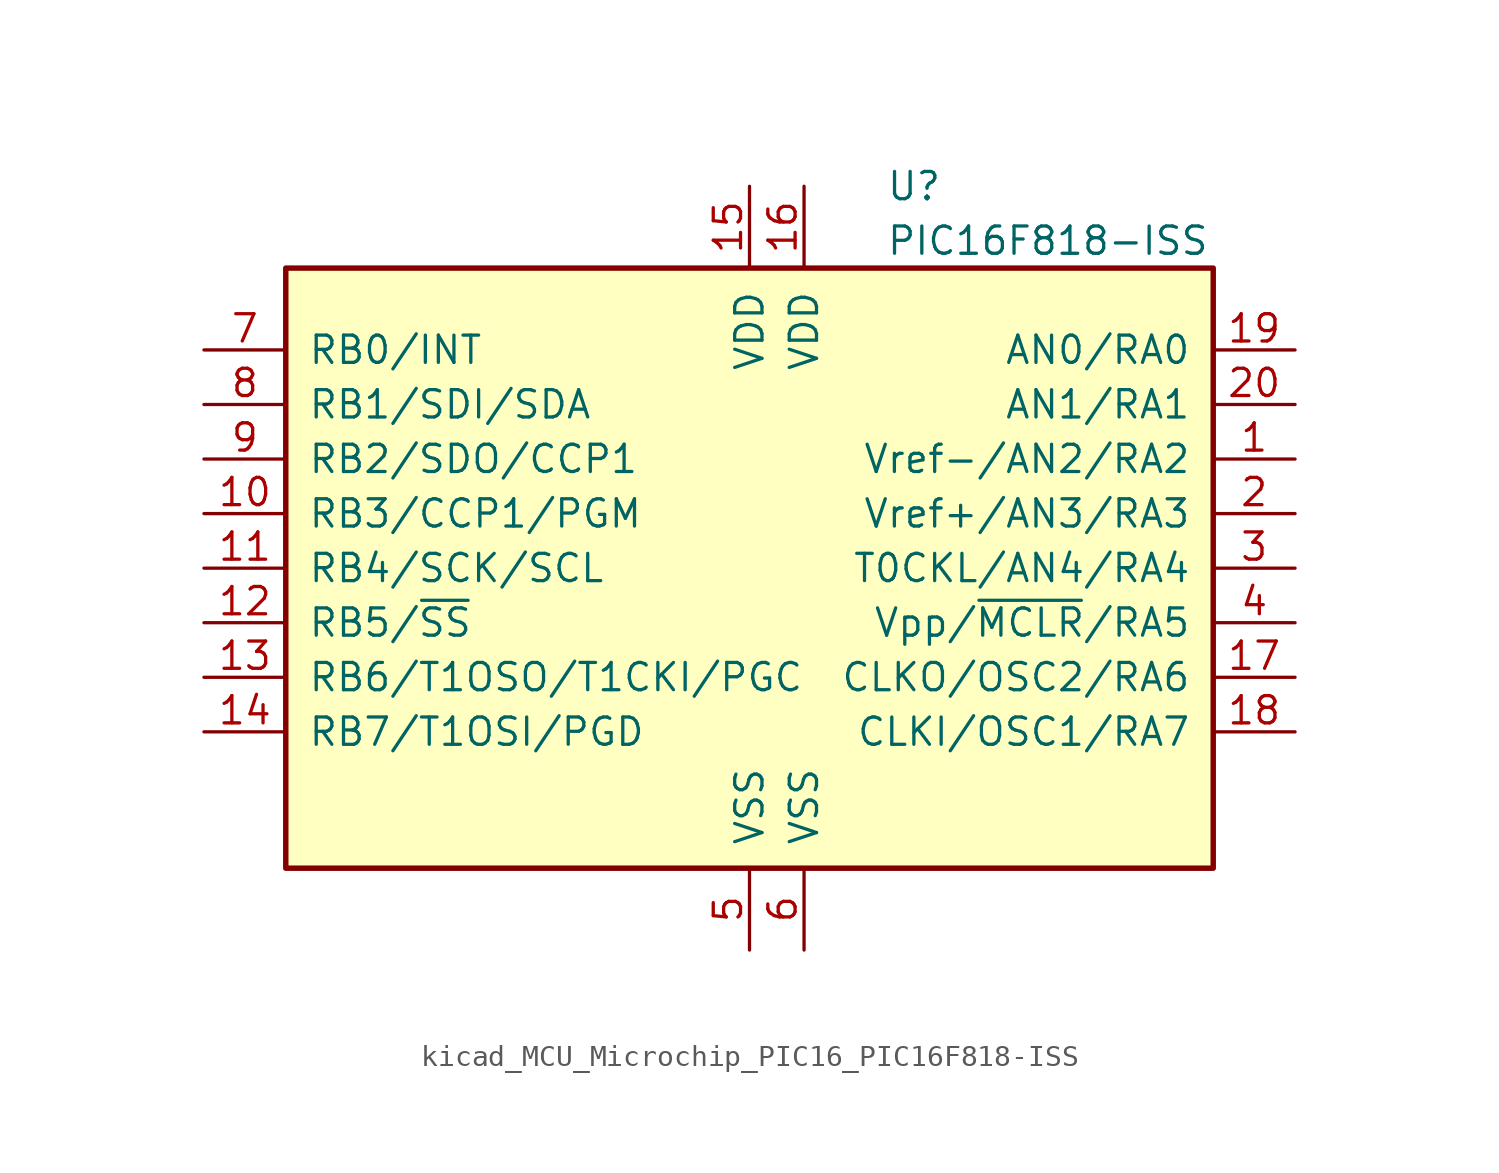
<source format=kicad_sym>
(kicad_symbol_lib
  (version 20220914)
  (generator kicad_symbol_editor)
  (symbol "kicad_MCU_Microchip_PIC16_PIC16F818-ISS"
    (pin_names
      (offset 1.016))
    (property "Reference" "U"
      (at 6.35 17.78 0)
      (effects (font (size 1.27 1.27)) (justify left)))
    (property "Value" "PIC16F818-ISS"
      (at 6.35 15.24 0)
      (effects (font (size 1.27 1.27)) (justify left)))
    (symbol "kicad_MCU_Microchip_PIC16_PIC16F818-ISS_0_1"
      (rectangle (start -21.59 13.97) (end 21.59 -13.97) (stroke (width 0.254) (type default)) (fill (type background))))
    (symbol "kicad_MCU_Microchip_PIC16_PIC16F818-ISS_1_1"
      (pin bidirectional line (at 25.4 5.08 180) (length 3.81) (name "Vref-/AN2/RA2" (effects (font (size 1.27 1.27)))) (number "1" (effects (font (size 1.27 1.27)))))
      (pin bidirectional line (at -25.4 2.54 0) (length 3.81) (name "RB3/CCP1/PGM" (effects (font (size 1.27 1.27)))) (number "10" (effects (font (size 1.27 1.27)))))
      (pin bidirectional line (at -25.4 0 0) (length 3.81) (name "RB4/SCK/SCL" (effects (font (size 1.27 1.27)))) (number "11" (effects (font (size 1.27 1.27)))))
      (pin bidirectional line (at -25.4 -2.54 0) (length 3.81) (name "RB5/~{SS}" (effects (font (size 1.27 1.27)))) (number "12" (effects (font (size 1.27 1.27)))))
      (pin bidirectional line (at -25.4 -5.08 0) (length 3.81) (name "RB6/T1OSO/T1CKI/PGC" (effects (font (size 1.27 1.27)))) (number "13" (effects (font (size 1.27 1.27)))))
      (pin bidirectional line (at -25.4 -7.62 0) (length 3.81) (name "RB7/T1OSI/PGD" (effects (font (size 1.27 1.27)))) (number "14" (effects (font (size 1.27 1.27)))))
      (pin power_in line (at 0 17.78 270) (length 3.81) (name "VDD" (effects (font (size 1.27 1.27)))) (number "15" (effects (font (size 1.27 1.27)))))
      (pin power_in line (at 2.54 17.78 270) (length 3.81) (name "VDD" (effects (font (size 1.27 1.27)))) (number "16" (effects (font (size 1.27 1.27)))))
      (pin bidirectional line (at 25.4 -5.08 180) (length 3.81) (name "CLKO/OSC2/RA6" (effects (font (size 1.27 1.27)))) (number "17" (effects (font (size 1.27 1.27)))))
      (pin bidirectional line (at 25.4 -7.62 180) (length 3.81) (name "CLKI/OSC1/RA7" (effects (font (size 1.27 1.27)))) (number "18" (effects (font (size 1.27 1.27)))))
      (pin bidirectional line (at 25.4 10.16 180) (length 3.81) (name "AN0/RA0" (effects (font (size 1.27 1.27)))) (number "19" (effects (font (size 1.27 1.27)))))
      (pin bidirectional line (at 25.4 2.54 180) (length 3.81) (name "Vref+/AN3/RA3" (effects (font (size 1.27 1.27)))) (number "2" (effects (font (size 1.27 1.27)))))
      (pin bidirectional line (at 25.4 7.62 180) (length 3.81) (name "AN1/RA1" (effects (font (size 1.27 1.27)))) (number "20" (effects (font (size 1.27 1.27)))))
      (pin bidirectional line (at 25.4 0 180) (length 3.81) (name "T0CKL/AN4/RA4" (effects (font (size 1.27 1.27)))) (number "3" (effects (font (size 1.27 1.27)))))
      (pin input line (at 25.4 -2.54 180) (length 3.81) (name "Vpp/~{MCLR}/RA5" (effects (font (size 1.27 1.27)))) (number "4" (effects (font (size 1.27 1.27)))))
      (pin power_in line (at 0 -17.78 90) (length 3.81) (name "VSS" (effects (font (size 1.27 1.27)))) (number "5" (effects (font (size 1.27 1.27)))))
      (pin power_in line (at 2.54 -17.78 90) (length 3.81) (name "VSS" (effects (font (size 1.27 1.27)))) (number "6" (effects (font (size 1.27 1.27)))))
      (pin bidirectional line (at -25.4 10.16 0) (length 3.81) (name "RB0/INT" (effects (font (size 1.27 1.27)))) (number "7" (effects (font (size 1.27 1.27)))))
      (pin bidirectional line (at -25.4 7.62 0) (length 3.81) (name "RB1/SDI/SDA" (effects (font (size 1.27 1.27)))) (number "8" (effects (font (size 1.27 1.27)))))
      (pin bidirectional line (at -25.4 5.08 0) (length 3.81) (name "RB2/SDO/CCP1" (effects (font (size 1.27 1.27)))) (number "9" (effects (font (size 1.27 1.27))))))))
</source>
